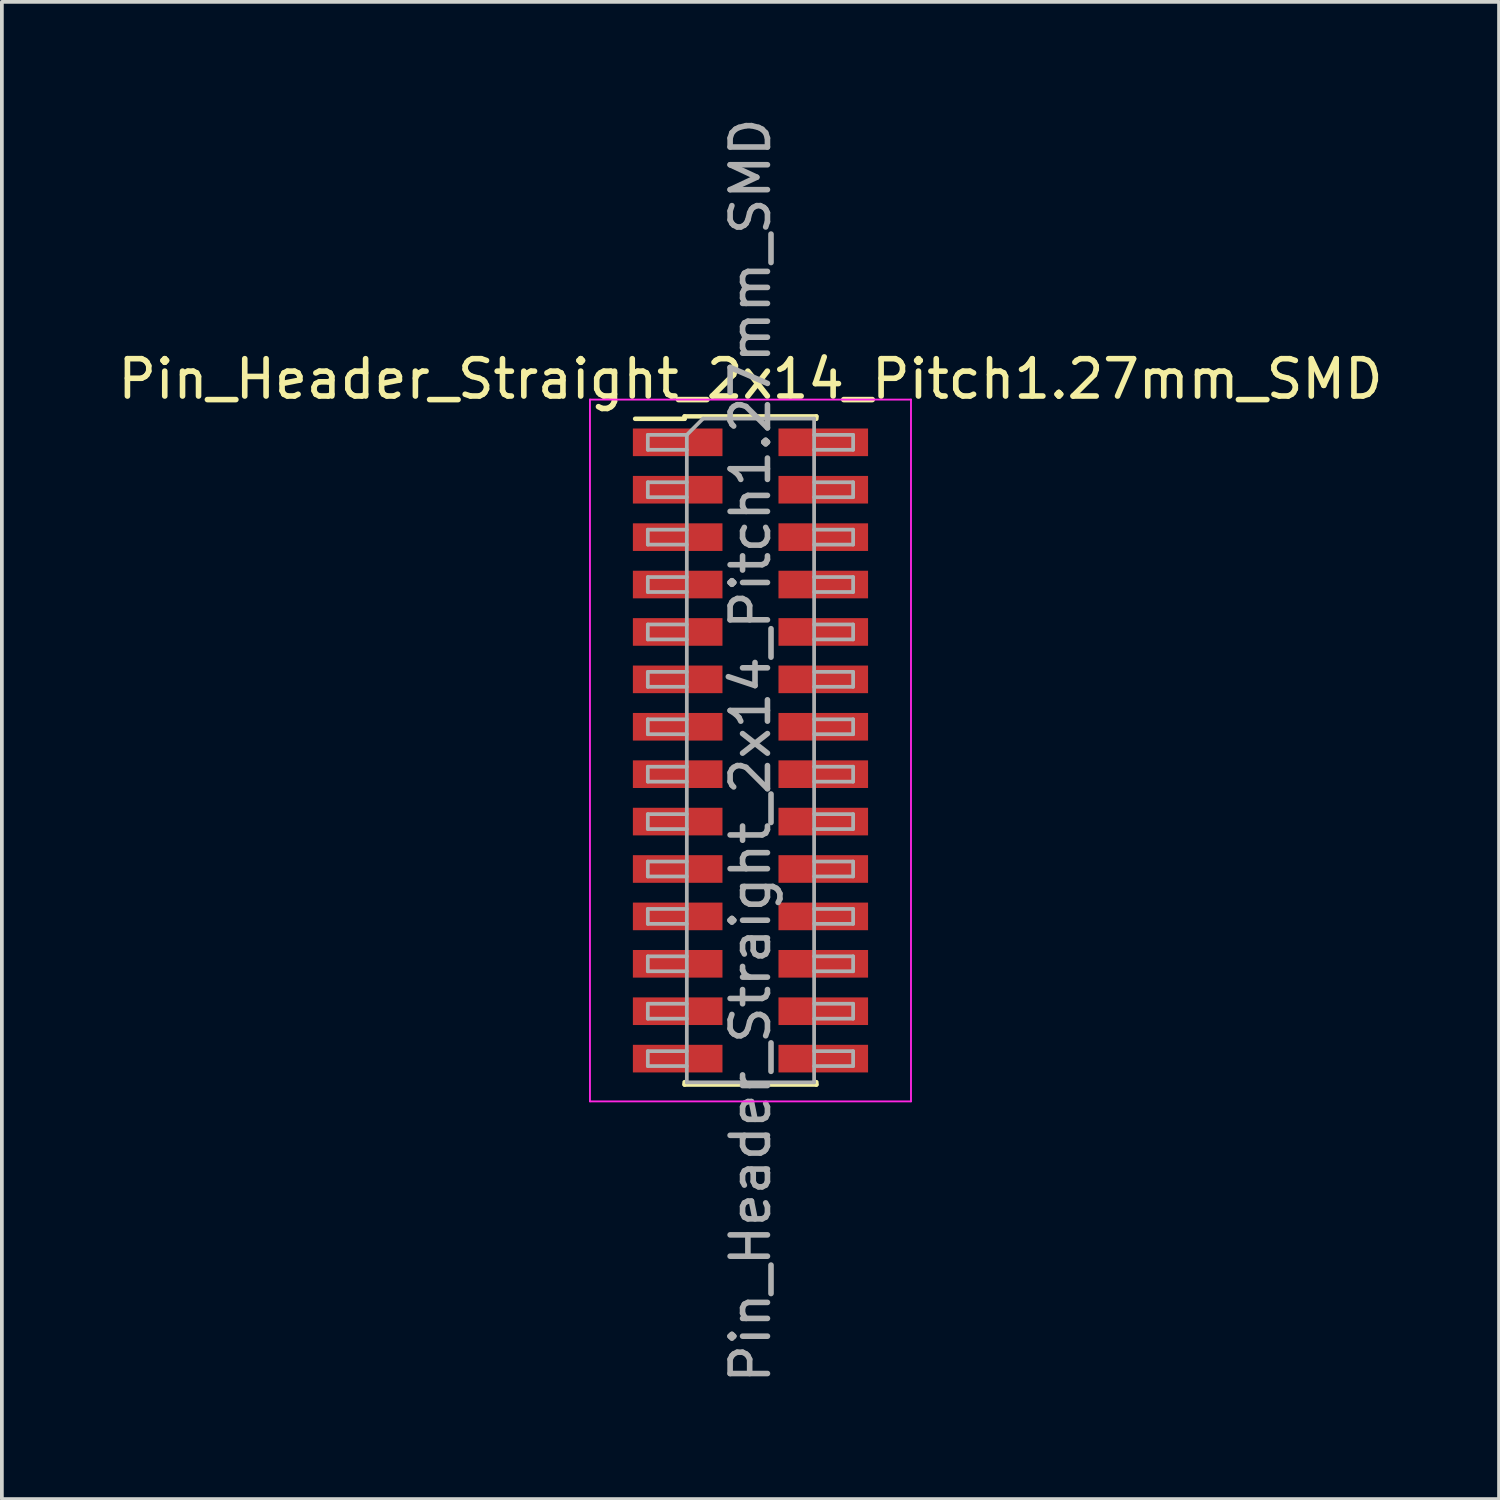
<source format=kicad_pcb>
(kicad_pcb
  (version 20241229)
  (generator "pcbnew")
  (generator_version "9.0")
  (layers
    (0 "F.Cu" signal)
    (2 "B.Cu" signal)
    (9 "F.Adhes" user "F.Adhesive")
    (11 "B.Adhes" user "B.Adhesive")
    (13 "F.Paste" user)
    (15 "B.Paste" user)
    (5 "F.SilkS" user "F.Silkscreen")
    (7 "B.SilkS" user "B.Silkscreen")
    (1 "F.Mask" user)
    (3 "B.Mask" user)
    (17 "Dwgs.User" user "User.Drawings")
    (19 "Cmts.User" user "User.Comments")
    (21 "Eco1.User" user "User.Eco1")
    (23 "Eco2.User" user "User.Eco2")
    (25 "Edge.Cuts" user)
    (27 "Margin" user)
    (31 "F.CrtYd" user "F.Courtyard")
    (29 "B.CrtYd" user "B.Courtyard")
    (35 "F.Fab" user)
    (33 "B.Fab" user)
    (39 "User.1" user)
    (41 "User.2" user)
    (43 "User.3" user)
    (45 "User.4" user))
  (footprint "Pin_Header_Straight_2x14_Pitch1.27mm_SMD"
    (layer "F.Cu")
    (at 17.054 17.054)
    (property "Reference" "Pin_Header_Straight_2x14_Pitch1.27mm_SMD" (at 0 -9.95 0) (layer "F.SilkS") (effects (font (size 1 1) (thickness 0.15))))
    (attr smd)
    (fp_line (start -3.09 -8.885) (end -1.765 -8.885) (stroke (width 0.12) (type solid)) (layer "F.SilkS"))
    (fp_line (start -1.765 -8.95) (end -1.765 -8.885) (stroke (width 0.12) (type solid)) (layer "F.SilkS"))
    (fp_line (start -1.765 -8.95) (end 1.765 -8.95) (stroke (width 0.12) (type solid)) (layer "F.SilkS"))
    (fp_line (start -1.765 8.885) (end -1.765 8.95) (stroke (width 0.12) (type solid)) (layer "F.SilkS"))
    (fp_line (start -1.765 8.95) (end 1.765 8.95) (stroke (width 0.12) (type solid)) (layer "F.SilkS"))
    (fp_line (start 1.765 -8.95) (end 1.765 -8.885) (stroke (width 0.12) (type solid)) (layer "F.SilkS"))
    (fp_line (start 1.765 8.885) (end 1.765 8.95) (stroke (width 0.12) (type solid)) (layer "F.SilkS"))
    (fp_line (start -4.3 -9.4) (end -4.3 9.4) (stroke (width 0.05) (type solid)) (layer "F.CrtYd"))
    (fp_line (start -4.3 9.4) (end 4.3 9.4) (stroke (width 0.05) (type solid)) (layer "F.CrtYd"))
    (fp_line (start 4.3 -9.4) (end -4.3 -9.4) (stroke (width 0.05) (type solid)) (layer "F.CrtYd"))
    (fp_line (start 4.3 9.4) (end 4.3 -9.4) (stroke (width 0.05) (type solid)) (layer "F.CrtYd"))
    (fp_line (start -2.75 -8.455) (end -2.75 -8.055) (stroke (width 0.1) (type solid)) (layer "F.Fab"))
    (fp_line (start -2.75 -8.055) (end -1.705 -8.055) (stroke (width 0.1) (type solid)) (layer "F.Fab"))
    (fp_line (start -2.75 -7.185) (end -2.75 -6.785) (stroke (width 0.1) (type solid)) (layer "F.Fab"))
    (fp_line (start -2.75 -6.785) (end -1.705 -6.785) (stroke (width 0.1) (type solid)) (layer "F.Fab"))
    (fp_line (start -2.75 -5.915) (end -2.75 -5.515) (stroke (width 0.1) (type solid)) (layer "F.Fab"))
    (fp_line (start -2.75 -5.515) (end -1.705 -5.515) (stroke (width 0.1) (type solid)) (layer "F.Fab"))
    (fp_line (start -2.75 -4.645) (end -2.75 -4.245) (stroke (width 0.1) (type solid)) (layer "F.Fab"))
    (fp_line (start -2.75 -4.245) (end -1.705 -4.245) (stroke (width 0.1) (type solid)) (layer "F.Fab"))
    (fp_line (start -2.75 -3.375) (end -2.75 -2.975) (stroke (width 0.1) (type solid)) (layer "F.Fab"))
    (fp_line (start -2.75 -2.975) (end -1.705 -2.975) (stroke (width 0.1) (type solid)) (layer "F.Fab"))
    (fp_line (start -2.75 -2.105) (end -2.75 -1.705) (stroke (width 0.1) (type solid)) (layer "F.Fab"))
    (fp_line (start -2.75 -1.705) (end -1.705 -1.705) (stroke (width 0.1) (type solid)) (layer "F.Fab"))
    (fp_line (start -2.75 -0.835) (end -2.75 -0.435) (stroke (width 0.1) (type solid)) (layer "F.Fab"))
    (fp_line (start -2.75 -0.435) (end -1.705 -0.435) (stroke (width 0.1) (type solid)) (layer "F.Fab"))
    (fp_line (start -2.75 0.435) (end -2.75 0.835) (stroke (width 0.1) (type solid)) (layer "F.Fab"))
    (fp_line (start -2.75 0.835) (end -1.705 0.835) (stroke (width 0.1) (type solid)) (layer "F.Fab"))
    (fp_line (start -2.75 1.705) (end -2.75 2.105) (stroke (width 0.1) (type solid)) (layer "F.Fab"))
    (fp_line (start -2.75 2.105) (end -1.705 2.105) (stroke (width 0.1) (type solid)) (layer "F.Fab"))
    (fp_line (start -2.75 2.975) (end -2.75 3.375) (stroke (width 0.1) (type solid)) (layer "F.Fab"))
    (fp_line (start -2.75 3.375) (end -1.705 3.375) (stroke (width 0.1) (type solid)) (layer "F.Fab"))
    (fp_line (start -2.75 4.245) (end -2.75 4.645) (stroke (width 0.1) (type solid)) (layer "F.Fab"))
    (fp_line (start -2.75 4.645) (end -1.705 4.645) (stroke (width 0.1) (type solid)) (layer "F.Fab"))
    (fp_line (start -2.75 5.515) (end -2.75 5.915) (stroke (width 0.1) (type solid)) (layer "F.Fab"))
    (fp_line (start -2.75 5.915) (end -1.705 5.915) (stroke (width 0.1) (type solid)) (layer "F.Fab"))
    (fp_line (start -2.75 6.785) (end -2.75 7.185) (stroke (width 0.1) (type solid)) (layer "F.Fab"))
    (fp_line (start -2.75 7.185) (end -1.705 7.185) (stroke (width 0.1) (type solid)) (layer "F.Fab"))
    (fp_line (start -2.75 8.055) (end -2.75 8.455) (stroke (width 0.1) (type solid)) (layer "F.Fab"))
    (fp_line (start -2.75 8.455) (end -1.705 8.455) (stroke (width 0.1) (type solid)) (layer "F.Fab"))
    (fp_line (start -1.705 -8.455) (end -2.75 -8.455) (stroke (width 0.1) (type solid)) (layer "F.Fab"))
    (fp_line (start -1.705 -8.455) (end -1.27 -8.89) (stroke (width 0.1) (type solid)) (layer "F.Fab"))
    (fp_line (start -1.705 -7.185) (end -2.75 -7.185) (stroke (width 0.1) (type solid)) (layer "F.Fab"))
    (fp_line (start -1.705 -5.915) (end -2.75 -5.915) (stroke (width 0.1) (type solid)) (layer "F.Fab"))
    (fp_line (start -1.705 -4.645) (end -2.75 -4.645) (stroke (width 0.1) (type solid)) (layer "F.Fab"))
    (fp_line (start -1.705 -3.375) (end -2.75 -3.375) (stroke (width 0.1) (type solid)) (layer "F.Fab"))
    (fp_line (start -1.705 -2.105) (end -2.75 -2.105) (stroke (width 0.1) (type solid)) (layer "F.Fab"))
    (fp_line (start -1.705 -0.835) (end -2.75 -0.835) (stroke (width 0.1) (type solid)) (layer "F.Fab"))
    (fp_line (start -1.705 0.435) (end -2.75 0.435) (stroke (width 0.1) (type solid)) (layer "F.Fab"))
    (fp_line (start -1.705 1.705) (end -2.75 1.705) (stroke (width 0.1) (type solid)) (layer "F.Fab"))
    (fp_line (start -1.705 2.975) (end -2.75 2.975) (stroke (width 0.1) (type solid)) (layer "F.Fab"))
    (fp_line (start -1.705 4.245) (end -2.75 4.245) (stroke (width 0.1) (type solid)) (layer "F.Fab"))
    (fp_line (start -1.705 5.515) (end -2.75 5.515) (stroke (width 0.1) (type solid)) (layer "F.Fab"))
    (fp_line (start -1.705 6.785) (end -2.75 6.785) (stroke (width 0.1) (type solid)) (layer "F.Fab"))
    (fp_line (start -1.705 8.055) (end -2.75 8.055) (stroke (width 0.1) (type solid)) (layer "F.Fab"))
    (fp_line (start -1.705 8.89) (end -1.705 -8.455) (stroke (width 0.1) (type solid)) (layer "F.Fab"))
    (fp_line (start -1.27 -8.89) (end 1.705 -8.89) (stroke (width 0.1) (type solid)) (layer "F.Fab"))
    (fp_line (start 1.705 -8.89) (end 1.705 8.89) (stroke (width 0.1) (type solid)) (layer "F.Fab"))
    (fp_line (start 1.705 -8.455) (end 2.75 -8.455) (stroke (width 0.1) (type solid)) (layer "F.Fab"))
    (fp_line (start 1.705 -7.185) (end 2.75 -7.185) (stroke (width 0.1) (type solid)) (layer "F.Fab"))
    (fp_line (start 1.705 -5.915) (end 2.75 -5.915) (stroke (width 0.1) (type solid)) (layer "F.Fab"))
    (fp_line (start 1.705 -4.645) (end 2.75 -4.645) (stroke (width 0.1) (type solid)) (layer "F.Fab"))
    (fp_line (start 1.705 -3.375) (end 2.75 -3.375) (stroke (width 0.1) (type solid)) (layer "F.Fab"))
    (fp_line (start 1.705 -2.105) (end 2.75 -2.105) (stroke (width 0.1) (type solid)) (layer "F.Fab"))
    (fp_line (start 1.705 -0.835) (end 2.75 -0.835) (stroke (width 0.1) (type solid)) (layer "F.Fab"))
    (fp_line (start 1.705 0.435) (end 2.75 0.435) (stroke (width 0.1) (type solid)) (layer "F.Fab"))
    (fp_line (start 1.705 1.705) (end 2.75 1.705) (stroke (width 0.1) (type solid)) (layer "F.Fab"))
    (fp_line (start 1.705 2.975) (end 2.75 2.975) (stroke (width 0.1) (type solid)) (layer "F.Fab"))
    (fp_line (start 1.705 4.245) (end 2.75 4.245) (stroke (width 0.1) (type solid)) (layer "F.Fab"))
    (fp_line (start 1.705 5.515) (end 2.75 5.515) (stroke (width 0.1) (type solid)) (layer "F.Fab"))
    (fp_line (start 1.705 6.785) (end 2.75 6.785) (stroke (width 0.1) (type solid)) (layer "F.Fab"))
    (fp_line (start 1.705 8.055) (end 2.75 8.055) (stroke (width 0.1) (type solid)) (layer "F.Fab"))
    (fp_line (start 1.705 8.89) (end -1.705 8.89) (stroke (width 0.1) (type solid)) (layer "F.Fab"))
    (fp_line (start 2.75 -8.455) (end 2.75 -8.055) (stroke (width 0.1) (type solid)) (layer "F.Fab"))
    (fp_line (start 2.75 -8.055) (end 1.705 -8.055) (stroke (width 0.1) (type solid)) (layer "F.Fab"))
    (fp_line (start 2.75 -7.185) (end 2.75 -6.785) (stroke (width 0.1) (type solid)) (layer "F.Fab"))
    (fp_line (start 2.75 -6.785) (end 1.705 -6.785) (stroke (width 0.1) (type solid)) (layer "F.Fab"))
    (fp_line (start 2.75 -5.915) (end 2.75 -5.515) (stroke (width 0.1) (type solid)) (layer "F.Fab"))
    (fp_line (start 2.75 -5.515) (end 1.705 -5.515) (stroke (width 0.1) (type solid)) (layer "F.Fab"))
    (fp_line (start 2.75 -4.645) (end 2.75 -4.245) (stroke (width 0.1) (type solid)) (layer "F.Fab"))
    (fp_line (start 2.75 -4.245) (end 1.705 -4.245) (stroke (width 0.1) (type solid)) (layer "F.Fab"))
    (fp_line (start 2.75 -3.375) (end 2.75 -2.975) (stroke (width 0.1) (type solid)) (layer "F.Fab"))
    (fp_line (start 2.75 -2.975) (end 1.705 -2.975) (stroke (width 0.1) (type solid)) (layer "F.Fab"))
    (fp_line (start 2.75 -2.105) (end 2.75 -1.705) (stroke (width 0.1) (type solid)) (layer "F.Fab"))
    (fp_line (start 2.75 -1.705) (end 1.705 -1.705) (stroke (width 0.1) (type solid)) (layer "F.Fab"))
    (fp_line (start 2.75 -0.835) (end 2.75 -0.435) (stroke (width 0.1) (type solid)) (layer "F.Fab"))
    (fp_line (start 2.75 -0.435) (end 1.705 -0.435) (stroke (width 0.1) (type solid)) (layer "F.Fab"))
    (fp_line (start 2.75 0.435) (end 2.75 0.835) (stroke (width 0.1) (type solid)) (layer "F.Fab"))
    (fp_line (start 2.75 0.835) (end 1.705 0.835) (stroke (width 0.1) (type solid)) (layer "F.Fab"))
    (fp_line (start 2.75 1.705) (end 2.75 2.105) (stroke (width 0.1) (type solid)) (layer "F.Fab"))
    (fp_line (start 2.75 2.105) (end 1.705 2.105) (stroke (width 0.1) (type solid)) (layer "F.Fab"))
    (fp_line (start 2.75 2.975) (end 2.75 3.375) (stroke (width 0.1) (type solid)) (layer "F.Fab"))
    (fp_line (start 2.75 3.375) (end 1.705 3.375) (stroke (width 0.1) (type solid)) (layer "F.Fab"))
    (fp_line (start 2.75 4.245) (end 2.75 4.645) (stroke (width 0.1) (type solid)) (layer "F.Fab"))
    (fp_line (start 2.75 4.645) (end 1.705 4.645) (stroke (width 0.1) (type solid)) (layer "F.Fab"))
    (fp_line (start 2.75 5.515) (end 2.75 5.915) (stroke (width 0.1) (type solid)) (layer "F.Fab"))
    (fp_line (start 2.75 5.915) (end 1.705 5.915) (stroke (width 0.1) (type solid)) (layer "F.Fab"))
    (fp_line (start 2.75 6.785) (end 2.75 7.185) (stroke (width 0.1) (type solid)) (layer "F.Fab"))
    (fp_line (start 2.75 7.185) (end 1.705 7.185) (stroke (width 0.1) (type solid)) (layer "F.Fab"))
    (fp_line (start 2.75 8.055) (end 2.75 8.455) (stroke (width 0.1) (type solid)) (layer "F.Fab"))
    (fp_line (start 2.75 8.455) (end 1.705 8.455) (stroke (width 0.1) (type solid)) (layer "F.Fab"))
    (fp_text user "${REFERENCE}" (at 0 0 90) (layer "F.Fab") (effects (font (size 1 1) (thickness 0.15))))
    (pad "1" smd rect (at -1.95 -8.255) (size 2.4 0.74) (layers "F.Cu" "F.Mask" "F.Paste"))
    (pad "2" smd rect (at 1.95 -8.255) (size 2.4 0.74) (layers "F.Cu" "F.Mask" "F.Paste"))
    (pad "3" smd rect (at -1.95 -6.985) (size 2.4 0.74) (layers "F.Cu" "F.Mask" "F.Paste"))
    (pad "4" smd rect (at 1.95 -6.985) (size 2.4 0.74) (layers "F.Cu" "F.Mask" "F.Paste"))
    (pad "5" smd rect (at -1.95 -5.715) (size 2.4 0.74) (layers "F.Cu" "F.Mask" "F.Paste"))
    (pad "6" smd rect (at 1.95 -5.715) (size 2.4 0.74) (layers "F.Cu" "F.Mask" "F.Paste"))
    (pad "7" smd rect (at -1.95 -4.445) (size 2.4 0.74) (layers "F.Cu" "F.Mask" "F.Paste"))
    (pad "8" smd rect (at 1.95 -4.445) (size 2.4 0.74) (layers "F.Cu" "F.Mask" "F.Paste"))
    (pad "9" smd rect (at -1.95 -3.175) (size 2.4 0.74) (layers "F.Cu" "F.Mask" "F.Paste"))
    (pad "10" smd rect (at 1.95 -3.175) (size 2.4 0.74) (layers "F.Cu" "F.Mask" "F.Paste"))
    (pad "11" smd rect (at -1.95 -1.905) (size 2.4 0.74) (layers "F.Cu" "F.Mask" "F.Paste"))
    (pad "12" smd rect (at 1.95 -1.905) (size 2.4 0.74) (layers "F.Cu" "F.Mask" "F.Paste"))
    (pad "13" smd rect (at -1.95 -0.635) (size 2.4 0.74) (layers "F.Cu" "F.Mask" "F.Paste"))
    (pad "14" smd rect (at 1.95 -0.635) (size 2.4 0.74) (layers "F.Cu" "F.Mask" "F.Paste"))
    (pad "15" smd rect (at -1.95 0.635) (size 2.4 0.74) (layers "F.Cu" "F.Mask" "F.Paste"))
    (pad "16" smd rect (at 1.95 0.635) (size 2.4 0.74) (layers "F.Cu" "F.Mask" "F.Paste"))
    (pad "17" smd rect (at -1.95 1.905) (size 2.4 0.74) (layers "F.Cu" "F.Mask" "F.Paste"))
    (pad "18" smd rect (at 1.95 1.905) (size 2.4 0.74) (layers "F.Cu" "F.Mask" "F.Paste"))
    (pad "19" smd rect (at -1.95 3.175) (size 2.4 0.74) (layers "F.Cu" "F.Mask" "F.Paste"))
    (pad "20" smd rect (at 1.95 3.175) (size 2.4 0.74) (layers "F.Cu" "F.Mask" "F.Paste"))
    (pad "21" smd rect (at -1.95 4.445) (size 2.4 0.74) (layers "F.Cu" "F.Mask" "F.Paste"))
    (pad "22" smd rect (at 1.95 4.445) (size 2.4 0.74) (layers "F.Cu" "F.Mask" "F.Paste"))
    (pad "23" smd rect (at -1.95 5.715) (size 2.4 0.74) (layers "F.Cu" "F.Mask" "F.Paste"))
    (pad "24" smd rect (at 1.95 5.715) (size 2.4 0.74) (layers "F.Cu" "F.Mask" "F.Paste"))
    (pad "25" smd rect (at -1.95 6.985) (size 2.4 0.74) (layers "F.Cu" "F.Mask" "F.Paste"))
    (pad "26" smd rect (at 1.95 6.985) (size 2.4 0.74) (layers "F.Cu" "F.Mask" "F.Paste"))
    (pad "27" smd rect (at -1.95 8.255) (size 2.4 0.74) (layers "F.Cu" "F.Mask" "F.Paste"))
    (pad "28" smd rect (at 1.95 8.255) (size 2.4 0.74) (layers "F.Cu" "F.Mask" "F.Paste")))
  (gr_rect
    (start -3 -3)
    (end 37.107 37.107)
    (stroke (width 0.1) (type default))
    (fill no)
    (layer "Edge.Cuts")))
</source>
